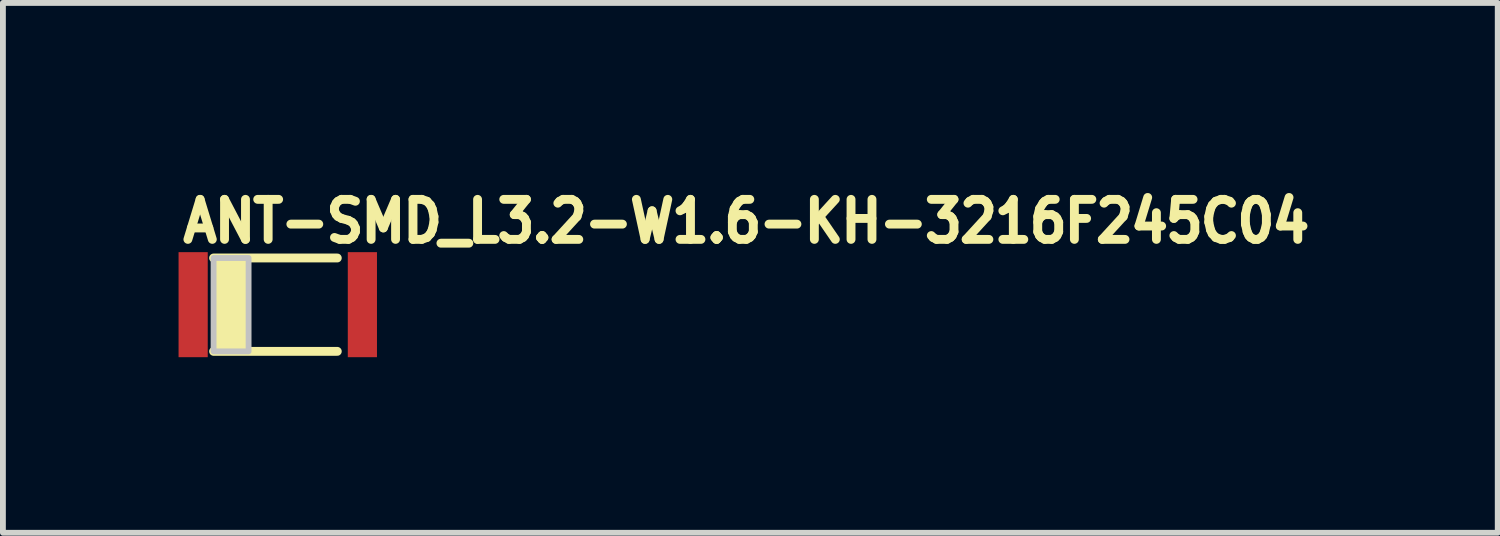
<source format=kicad_pcb>
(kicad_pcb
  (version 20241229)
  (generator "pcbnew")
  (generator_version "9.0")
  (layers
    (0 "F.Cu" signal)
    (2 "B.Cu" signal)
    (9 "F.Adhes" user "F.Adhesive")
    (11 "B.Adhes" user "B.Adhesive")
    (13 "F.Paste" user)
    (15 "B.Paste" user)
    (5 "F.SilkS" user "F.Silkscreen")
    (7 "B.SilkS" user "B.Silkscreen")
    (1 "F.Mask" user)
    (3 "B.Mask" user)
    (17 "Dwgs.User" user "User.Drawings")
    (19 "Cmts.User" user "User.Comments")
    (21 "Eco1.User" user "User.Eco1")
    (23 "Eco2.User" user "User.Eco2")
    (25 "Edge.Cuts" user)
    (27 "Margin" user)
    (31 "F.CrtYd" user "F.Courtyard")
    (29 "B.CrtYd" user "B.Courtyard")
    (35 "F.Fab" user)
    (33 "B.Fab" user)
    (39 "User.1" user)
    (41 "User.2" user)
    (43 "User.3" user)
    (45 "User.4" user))
  (footprint "ANT-SMD_L3.2-W1.6-KH-3216F245C04"
    (layer "F.Cu")
    (at 1.71 2.171)
    (property "Reference" "ANT-SMD_L3.2-W1.6-KH-3216F245C04" (at -1.7 -1.027 0) (layer "F.SilkS") (effects (font (size 0.686 0.628) (thickness 0.152)) (justify left bottom)))
    (fp_line (start -1.1 -0.8) (end 1.02 -0.8) (stroke (width 0.152) (type default)) (layer "F.SilkS"))
    (fp_line (start -1.1 0.8) (end 1.02 0.8) (stroke (width 0.152) (type default)) (layer "F.SilkS"))
    (fp_poly (pts (xy -1.1 -0.8) (xy -1.1 0.8) (xy -0.5 0.8) (xy -0.5 -0.8)) (stroke (width 0) (type default)) (fill yes) (layer "F.SilkS"))
    (fp_poly (pts (xy -1.1 -0.8) (xy -1.1 0.8) (xy -0.5 0.8) (xy -0.5 -0.8)) (stroke (width 0.1) (type default)) (fill no) (layer "Dwgs.User"))
    (fp_poly (pts (xy -1.2 -0.8) (xy -1.2 0.8) (xy -1.6 0.8) (xy -1.6 -0.8)) (stroke (width 0.1) (type default)) (fill no) (layer "User.1"))
    (fp_poly (pts (xy 1.2 0.8) (xy 1.2 -0.8) (xy 1.6 -0.8) (xy 1.6 0.8)) (stroke (width 0.1) (type default)) (fill no) (layer "User.1"))
    (fp_line (start -1.6 -0.8) (end 1.6 -0.8) (stroke (width 0.051) (type default)) (layer "User.2"))
    (fp_line (start -1.6 0.8) (end -1.6 -0.8) (stroke (width 0.051) (type default)) (layer "User.2"))
    (fp_line (start 1.6 -0.8) (end 1.6 0.8) (stroke (width 0.051) (type default)) (layer "User.2"))
    (fp_line (start 1.6 0.8) (end -1.6 0.8) (stroke (width 0.051) (type default)) (layer "User.2"))
    (fp_poly (pts (xy -1.54 0.8) (xy -1.558 0.758) (xy -1.6 0.74) (xy -1.642 0.758) (xy -1.66 0.8) (xy -1.642 0.842) (xy -1.6 0.86) (xy -1.558 0.842)) (stroke (width 0.1) (type default)) (fill no) (layer "User.3"))
    (pad "1" smd rect (at -1.45 0) (size 0.5 1.8) (layers "F.Cu" "F.Mask" "F.Paste"))
    (pad "2" smd rect (at 1.45 0 180) (size 0.5 1.8) (layers "F.Cu" "F.Mask" "F.Paste")))
  (gr_rect
    (start -3 -3)
    (end 22.616 6.08)
    (stroke (width 0.1) (type default))
    (fill no)
    (layer "Edge.Cuts")))
</source>
